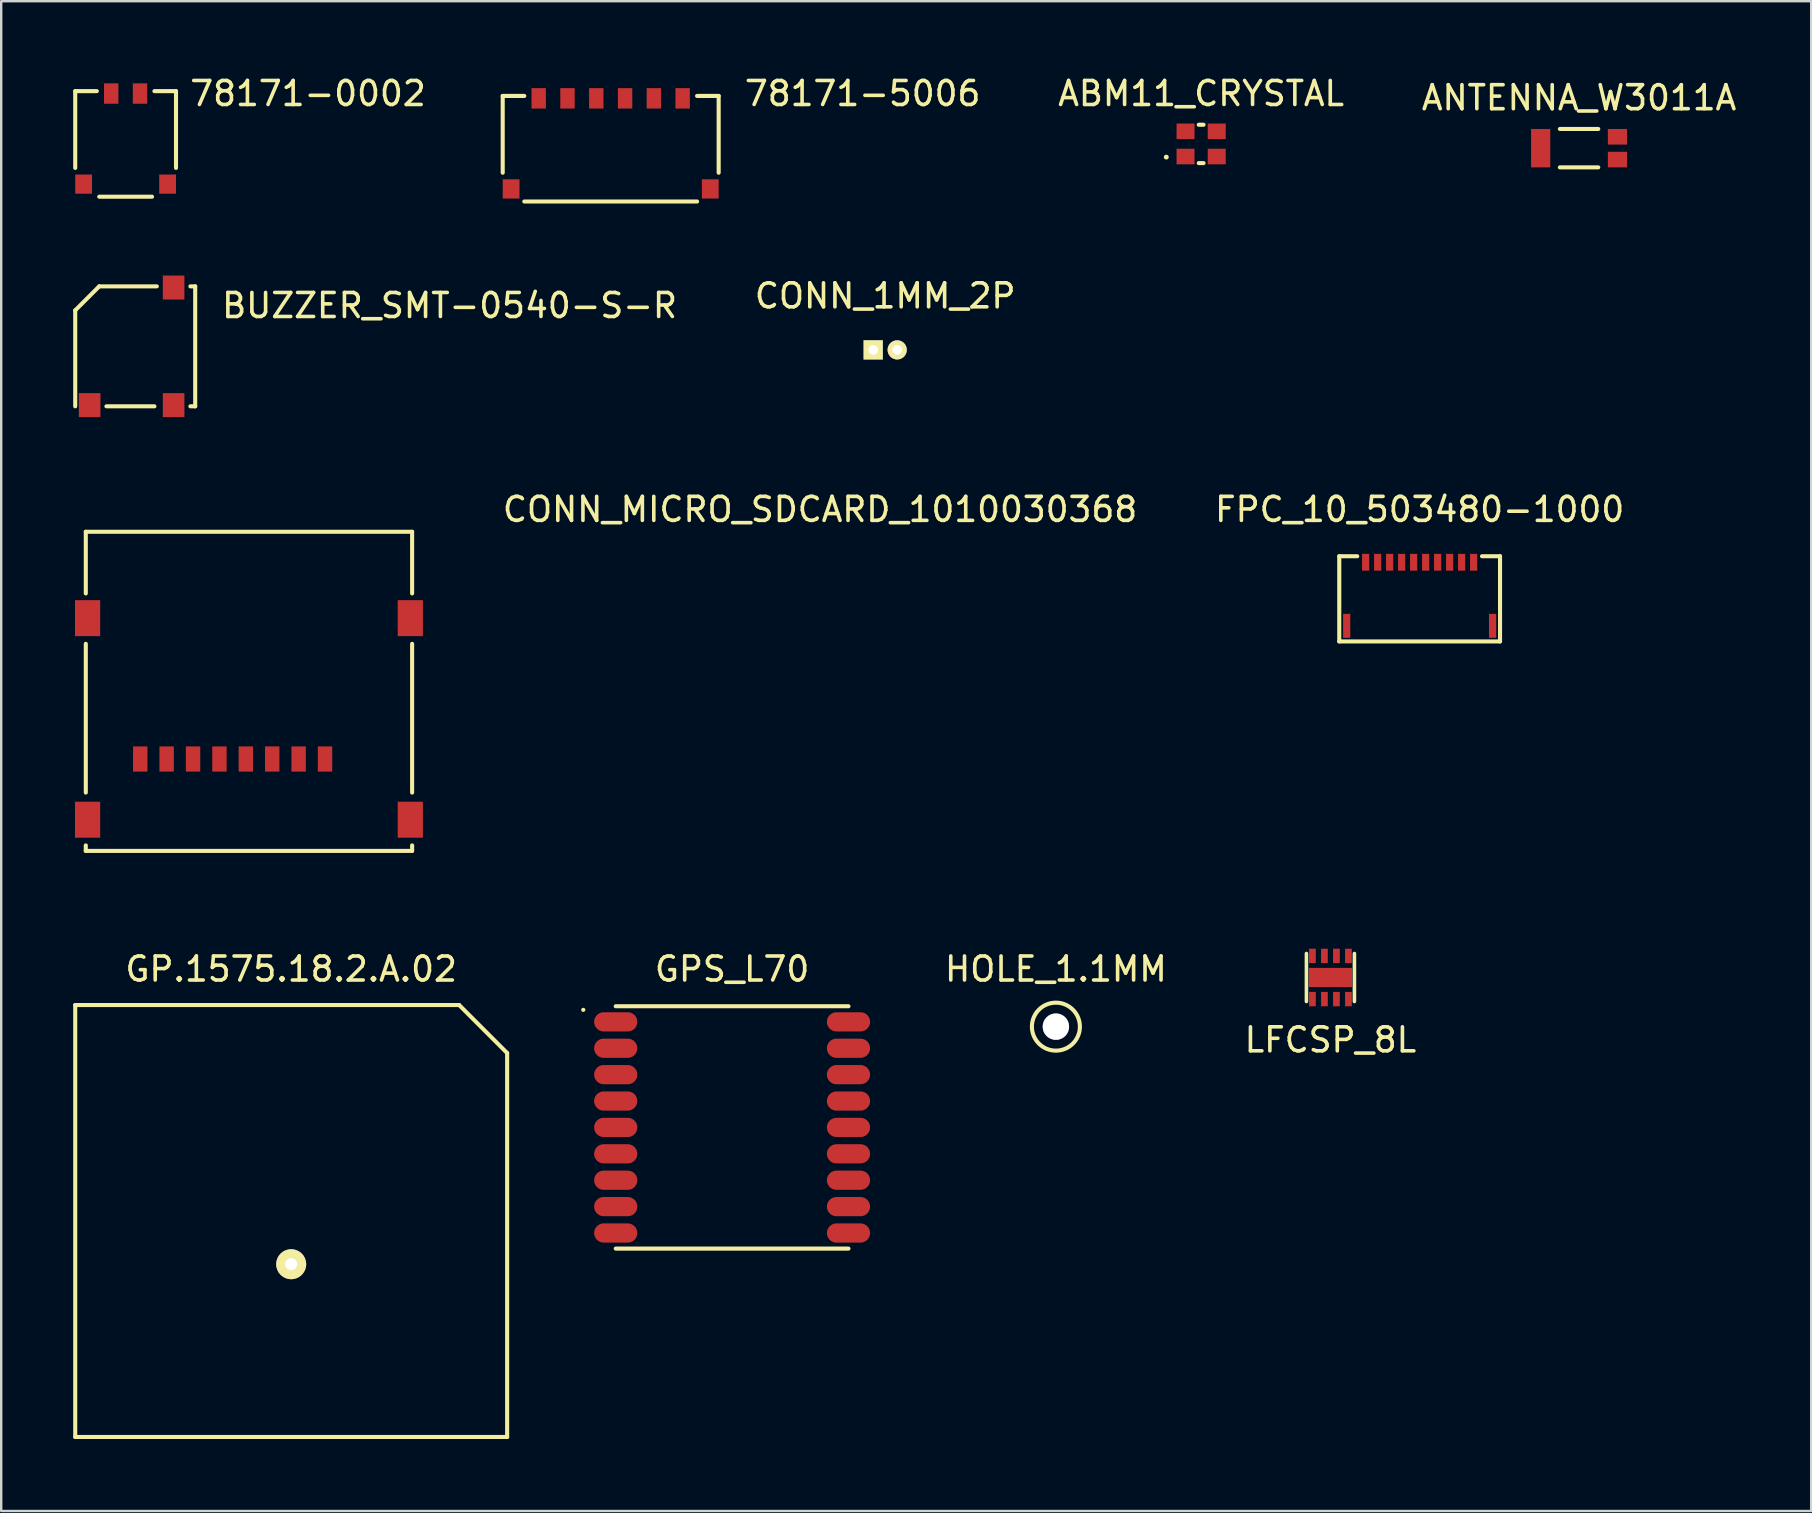
<source format=kicad_pcb>
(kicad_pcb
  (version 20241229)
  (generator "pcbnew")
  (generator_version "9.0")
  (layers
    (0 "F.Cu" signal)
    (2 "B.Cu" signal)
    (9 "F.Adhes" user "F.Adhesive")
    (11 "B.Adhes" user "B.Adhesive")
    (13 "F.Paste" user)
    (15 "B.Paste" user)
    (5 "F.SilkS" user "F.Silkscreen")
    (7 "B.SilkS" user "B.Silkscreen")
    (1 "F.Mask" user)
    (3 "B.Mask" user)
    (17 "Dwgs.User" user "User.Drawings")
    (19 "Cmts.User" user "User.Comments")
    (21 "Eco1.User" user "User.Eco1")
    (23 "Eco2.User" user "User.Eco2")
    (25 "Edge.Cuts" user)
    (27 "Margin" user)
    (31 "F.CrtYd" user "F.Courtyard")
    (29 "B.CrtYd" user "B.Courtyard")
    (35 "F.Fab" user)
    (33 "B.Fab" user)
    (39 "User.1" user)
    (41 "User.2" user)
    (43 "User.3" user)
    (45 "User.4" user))
  (footprint "FPC_10_503480-1000"
    (layer "F.Cu")
    (at 56.113 20.381)
    (property "Reference" "FPC_10_503480-1000" (at 0 -2.2 0) (layer "F.SilkS") (effects (font (size 1 1) (thickness 0.15))))
    (attr through_hole)
    (fp_line (start -3.35 -0.25) (end -3.35 3.3) (stroke (width 0.17) (type solid)) (layer "F.SilkS"))
    (fp_line (start -3.35 -0.25) (end -2.6 -0.25) (stroke (width 0.17) (type solid)) (layer "F.SilkS"))
    (fp_line (start -3.35 3.3) (end 3.35 3.3) (stroke (width 0.17) (type solid)) (layer "F.SilkS"))
    (fp_line (start 2.6 -0.25) (end 3.35 -0.25) (stroke (width 0.17) (type solid)) (layer "F.SilkS"))
    (fp_line (start 3.35 -0.25) (end 3.35 3.3) (stroke (width 0.17) (type solid)) (layer "F.SilkS"))
    (pad "" smd rect (at -3.04 2.65) (size 0.3 1) (layers "F.Cu" "F.Mask" "F.Paste"))
    (pad "" smd rect (at 3.04 2.65) (size 0.3 1) (layers "F.Cu" "F.Mask" "F.Paste"))
    (pad "1" smd rect (at -2.25 0) (size 0.3 0.7) (layers "F.Cu" "F.Mask" "F.Paste"))
    (pad "2" smd rect (at -1.75 0) (size 0.3 0.7) (layers "F.Cu" "F.Mask" "F.Paste"))
    (pad "3" smd rect (at -1.25 0) (size 0.3 0.7) (layers "F.Cu" "F.Mask" "F.Paste"))
    (pad "4" smd rect (at -0.75 0) (size 0.3 0.7) (layers "F.Cu" "F.Mask" "F.Paste"))
    (pad "5" smd rect (at -0.25 0) (size 0.3 0.7) (layers "F.Cu" "F.Mask" "F.Paste"))
    (pad "6" smd rect (at 0.25 0) (size 0.3 0.7) (layers "F.Cu" "F.Mask" "F.Paste"))
    (pad "7" smd rect (at 0.75 0) (size 0.3 0.7) (layers "F.Cu" "F.Mask" "F.Paste"))
    (pad "8" smd rect (at 1.25 0) (size 0.3 0.7) (layers "F.Cu" "F.Mask" "F.Paste"))
    (pad "9" smd rect (at 1.75 0) (size 0.3 0.7) (layers "F.Cu" "F.Mask" "F.Paste"))
    (pad "10" smd rect (at 2.25 0) (size 0.3 0.7) (layers "F.Cu" "F.Mask" "F.Paste")))
  (footprint "GPS_L70"
    (layer "F.Cu")
    (at 27.46 43.935)
    (property "Reference" "GPS_L70" (at 0 -6.6 0) (layer "F.SilkS") (effects (font (size 1 1) (thickness 0.15))))
    (attr through_hole)
    (fp_line (start -6.205 -4.9) (end -6.2 -4.9) (stroke (width 0.17) (type solid)) (layer "F.SilkS"))
    (fp_line (start -4.85 -5.05) (end 4.85 -5.05) (stroke (width 0.17) (type solid)) (layer "F.SilkS"))
    (fp_line (start -4.85 5.05) (end 4.85 5.05) (stroke (width 0.17) (type solid)) (layer "F.SilkS"))
    (pad "1" smd oval (at -4.85 -4.4) (size 1.8 0.8) (layers "F.Cu" "F.Mask" "F.Paste"))
    (pad "2" smd oval (at -4.85 -3.3) (size 1.8 0.8) (layers "F.Cu" "F.Mask" "F.Paste"))
    (pad "3" smd oval (at -4.85 -2.2) (size 1.8 0.8) (layers "F.Cu" "F.Mask" "F.Paste"))
    (pad "4" smd oval (at -4.85 -1.1) (size 1.8 0.8) (layers "F.Cu" "F.Mask" "F.Paste"))
    (pad "5" smd oval (at -4.85 0) (size 1.8 0.8) (layers "F.Cu" "F.Mask" "F.Paste"))
    (pad "6" smd oval (at -4.85 1.1) (size 1.8 0.8) (layers "F.Cu" "F.Mask" "F.Paste"))
    (pad "7" smd oval (at -4.85 2.2) (size 1.8 0.8) (layers "F.Cu" "F.Mask" "F.Paste"))
    (pad "8" smd oval (at -4.85 3.3) (size 1.8 0.8) (layers "F.Cu" "F.Mask" "F.Paste"))
    (pad "9" smd oval (at -4.85 4.4) (size 1.8 0.8) (layers "F.Cu" "F.Mask" "F.Paste"))
    (pad "10" smd oval (at 4.85 4.4) (size 1.8 0.8) (layers "F.Cu" "F.Mask" "F.Paste"))
    (pad "11" smd oval (at 4.85 3.3) (size 1.8 0.8) (layers "F.Cu" "F.Mask" "F.Paste"))
    (pad "12" smd oval (at 4.85 2.2) (size 1.8 0.8) (layers "F.Cu" "F.Mask" "F.Paste"))
    (pad "13" smd oval (at 4.85 1.1) (size 1.8 0.8) (layers "F.Cu" "F.Mask" "F.Paste"))
    (pad "14" smd oval (at 4.85 0) (size 1.8 0.8) (layers "F.Cu" "F.Mask" "F.Paste"))
    (pad "15" smd oval (at 4.85 -1.1) (size 1.8 0.8) (layers "F.Cu" "F.Mask" "F.Paste"))
    (pad "16" smd oval (at 4.85 -2.2) (size 1.8 0.8) (layers "F.Cu" "F.Mask" "F.Paste"))
    (pad "17" smd oval (at 4.85 -3.3) (size 1.8 0.8) (layers "F.Cu" "F.Mask" "F.Paste"))
    (pad "18" smd oval (at 4.85 -4.4) (size 1.8 0.8) (layers "F.Cu" "F.Mask" "F.Paste")))
  (footprint "78171-0002"
    (layer "F.Cu")
    (at 2.185 0.848)
    (property "Reference" "78171-0002" (at 7.6 0 0) (layer "F.SilkS") (effects (font (size 1 1) (thickness 0.15))))
    (attr through_hole)
    (fp_line (start -2.1 -0.1) (end -2.1 3.1) (stroke (width 0.17) (type solid)) (layer "F.SilkS"))
    (fp_line (start -2.1 -0.1) (end -1.2 -0.1) (stroke (width 0.17) (type solid)) (layer "F.SilkS"))
    (fp_line (start -1.1 4.3) (end 1.1 4.3) (stroke (width 0.17) (type solid)) (layer "F.SilkS"))
    (fp_line (start 2.1 -0.1) (end 1.2 -0.1) (stroke (width 0.17) (type solid)) (layer "F.SilkS"))
    (fp_line (start 2.1 -0.1) (end 2.1 3.1) (stroke (width 0.17) (type solid)) (layer "F.SilkS"))
    (pad "" smd rect (at -1.75 3.775) (size 0.7 0.8) (layers "F.Cu" "F.Mask" "F.Paste"))
    (pad "" smd rect (at 1.75 3.775) (size 0.7 0.8) (layers "F.Cu" "F.Mask" "F.Paste"))
    (pad "1" smd rect (at -0.6 0) (size 0.6 0.85) (layers "F.Cu" "F.Mask" "F.Paste"))
    (pad "2" smd rect (at 0.6 0) (size 0.6 0.85) (layers "F.Cu" "F.Mask" "F.Paste")))
  (footprint "ABM11_CRYSTAL"
    (layer "F.Cu")
    (at 47.007 2.948)
    (property "Reference" "ABM11_CRYSTAL" (at 0 -2.1 0) (layer "F.SilkS") (effects (font (size 1 1) (thickness 0.15))))
    (attr through_hole)
    (fp_line (start -1.455 0.55) (end -1.45 0.55) (stroke (width 0.2) (type solid)) (layer "F.SilkS"))
    (fp_line (start -0.1 -0.8) (end 0.1 -0.8) (stroke (width 0.17) (type solid)) (layer "F.SilkS"))
    (fp_line (start -0.1 0.8) (end 0.1 0.8) (stroke (width 0.17) (type solid)) (layer "F.SilkS"))
    (pad "1" smd rect (at -0.65 0.525) (size 0.75 0.65) (layers "F.Cu" "F.Mask" "F.Paste"))
    (pad "2" smd rect (at 0.65 -0.525) (size 0.75 0.65) (layers "F.Cu" "F.Mask" "F.Paste"))
    (pad "3" smd rect (at -0.65 -0.525) (size 0.75 0.65) (layers "F.Cu" "F.Mask" "F.Paste"))
    (pad "3" smd rect (at 0.65 0.525) (size 0.75 0.65) (layers "F.Cu" "F.Mask" "F.Paste")))
  (footprint "GP.1575.18.2.A.02"
    (layer "F.Cu")
    (at 9.085 47.835)
    (property "Reference" "GP.1575.18.2.A.02" (at 0 -10.5 0) (layer "F.SilkS") (effects (font (size 1 1) (thickness 0.15))))
    (attr through_hole)
    (fp_line (start -9 -9) (end -9 9) (stroke (width 0.17) (type solid)) (layer "F.SilkS"))
    (fp_line (start -9 -9) (end 7 -9) (stroke (width 0.17) (type solid)) (layer "F.SilkS"))
    (fp_line (start -9 9) (end 9 9) (stroke (width 0.17) (type solid)) (layer "F.SilkS"))
    (fp_line (start 7 -9) (end 9 -7) (stroke (width 0.17) (type solid)) (layer "F.SilkS"))
    (fp_line (start 9 9) (end 9 -7) (stroke (width 0.17) (type solid)) (layer "F.SilkS"))
    (fp_circle (center 0 1.8) (end 0 0.3) (stroke (width 0.17) (type solid)) (fill no) (layer "Eco1.User"))
    (pad "1" thru_hole circle (at 0 1.8) (size 1.25 1.25) (drill 0.5) (layers "*.Mask" "B.Cu" "F.SilkS")))
  (footprint "78171-5006"
    (layer "F.Cu")
    (at 22.4 1.048)
    (property "Reference" "78171-5006" (at 10.5 -0.2 0) (layer "F.SilkS") (effects (font (size 1 1) (thickness 0.15))))
    (attr through_hole)
    (fp_line (start -4.5 -0.1) (end -4.5 3.1) (stroke (width 0.17) (type solid)) (layer "F.SilkS"))
    (fp_line (start -4.5 -0.1) (end -3.6 -0.1) (stroke (width 0.17) (type solid)) (layer "F.SilkS"))
    (fp_line (start -3.6 4.3) (end 3.6 4.3) (stroke (width 0.17) (type solid)) (layer "F.SilkS"))
    (fp_line (start 4.5 -0.1) (end 3.6 -0.1) (stroke (width 0.17) (type solid)) (layer "F.SilkS"))
    (fp_line (start 4.5 -0.1) (end 4.5 3.1) (stroke (width 0.17) (type solid)) (layer "F.SilkS"))
    (pad "" smd rect (at -4.15 3.775) (size 0.7 0.8) (layers "F.Cu" "F.Mask" "F.Paste"))
    (pad "" smd rect (at 4.15 3.775) (size 0.7 0.8) (layers "F.Cu" "F.Mask" "F.Paste"))
    (pad "1" smd rect (at -3 0) (size 0.6 0.85) (layers "F.Cu" "F.Mask" "F.Paste"))
    (pad "2" smd rect (at -1.8 0) (size 0.6 0.85) (layers "F.Cu" "F.Mask" "F.Paste"))
    (pad "3" smd rect (at -0.6 0) (size 0.6 0.85) (layers "F.Cu" "F.Mask" "F.Paste"))
    (pad "4" smd rect (at 0.6 0) (size 0.6 0.85) (layers "F.Cu" "F.Mask" "F.Paste"))
    (pad "5" smd rect (at 1.8 0) (size 0.6 0.85) (layers "F.Cu" "F.Mask" "F.Paste"))
    (pad "6" smd rect (at 3 0) (size 0.6 0.85) (layers "F.Cu" "F.Mask" "F.Paste")))
  (footprint "ANTENNA_W3011A"
    (layer "F.Cu")
    (at 62.757 3.125)
    (property "Reference" "ANTENNA_W3011A" (at 0 -2.1 0) (layer "F.SilkS") (effects (font (size 1 1) (thickness 0.15))))
    (attr through_hole)
    (fp_line (start -0.8 -0.8) (end 0.8 -0.8) (stroke (width 0.17) (type solid)) (layer "F.SilkS"))
    (fp_line (start -0.8 0.8) (end 0.8 0.8) (stroke (width 0.17) (type solid)) (layer "F.SilkS"))
    (fp_line (start -2 -3.05) (end 2 -3.05) (stroke (width 0.15) (type solid)) (layer "Eco1.User"))
    (fp_line (start -2 1.2) (end -2 -3.05) (stroke (width 0.15) (type solid)) (layer "Eco1.User"))
    (fp_line (start 2 -3.05) (end 2 1.2) (stroke (width 0.15) (type solid)) (layer "Eco1.User"))
    (fp_line (start -3 1.2) (end 3 1.2) (stroke (width 0.15) (type solid)) (layer "Eco2.User"))
    (pad "1" smd rect (at 1.6 -0.475) (size 0.8 0.65) (layers "F.Cu" "F.Mask" "F.Paste"))
    (pad "2" smd rect (at 1.6 0.475) (size 0.8 0.65) (layers "F.Cu" "F.Mask" "F.Paste"))
    (pad "3" smd rect (at -1.6 0) (size 0.8 1.6) (layers "F.Cu" "F.Mask" "F.Paste")))
  (footprint "CONN_1MM_2P"
    (layer "F.Cu")
    (at 33.84 11.531)
    (property "Reference" "CONN_1MM_2P" (at 0 -2.25 0) (layer "F.SilkS") (effects (font (size 1 1) (thickness 0.15))))
    (attr through_hole)
    (pad "1" thru_hole rect (at -0.5 0) (size 0.8 0.8) (drill 0.4) (layers "*.Cu" "*.Mask" "F.SilkS"))
    (pad "2" thru_hole circle (at 0.5 0) (size 0.8 0.8) (drill 0.4) (layers "*.Cu" "*.Mask" "F.SilkS")))
  (footprint "HOLE_1.1MM"
    (layer "F.Cu")
    (at 40.954 39.735)
    (property "Reference" "HOLE_1.1MM" (at 0 -2.4 0) (layer "F.SilkS") (effects (font (size 1 1) (thickness 0.15))))
    (attr through_hole)
    (fp_circle (center 0 0) (end 0 1) (stroke (width 0.17) (type solid)) (fill no) (layer "F.SilkS"))
    (pad "1" thru_hole circle (at 0 0) (size 1.1 1.1) (drill 1.1) (layers "*.Cu")))
  (footprint "CONN_MICRO_SDCARD_1010030368"
    (layer "F.Cu")
    (at 7.325 28.581)
    (property "Reference" "CONN_MICRO_SDCARD_1010030368" (at 23.8 -10.4 0) (layer "F.SilkS") (effects (font (size 1 1) (thickness 0.15))))
    (attr through_hole)
    (fp_line (start -6.8 -9.47) (end 6.8 -9.47) (stroke (width 0.17) (type solid)) (layer "F.SilkS"))
    (fp_line (start -6.8 -6.9) (end -6.8 -9.47) (stroke (width 0.17) (type solid)) (layer "F.SilkS"))
    (fp_line (start -6.8 -4.8) (end -6.8 1.4) (stroke (width 0.17) (type solid)) (layer "F.SilkS"))
    (fp_line (start -6.8 3.6) (end -6.8 3.83) (stroke (width 0.17) (type solid)) (layer "F.SilkS"))
    (fp_line (start -6.8 3.83) (end 6.8 3.83) (stroke (width 0.17) (type solid)) (layer "F.SilkS"))
    (fp_line (start 6.8 -9.47) (end 6.8 -6.9) (stroke (width 0.17) (type solid)) (layer "F.SilkS"))
    (fp_line (start 6.8 -4.8) (end 6.8 1.4) (stroke (width 0.17) (type solid)) (layer "F.SilkS"))
    (fp_line (start 6.8 3.6) (end 6.8 3.83) (stroke (width 0.17) (type solid)) (layer "F.SilkS"))
    (fp_line (start -7.25 -2.87) (end -7.25 -0.87) (stroke (width 0.15) (type solid)) (layer "Eco1.User"))
    (fp_line (start -7.25 -2.87) (end -5.72 -2.87) (stroke (width 0.15) (type solid)) (layer "Eco1.User"))
    (fp_line (start -7.25 -0.87) (end -5.72 -0.87) (stroke (width 0.15) (type solid)) (layer "Eco1.User"))
    (fp_line (start -6.51 -7.77) (end -6.51 -6.77) (stroke (width 0.15) (type solid)) (layer "Eco1.User"))
    (fp_line (start -6.51 -7.77) (end -5.69 -7.77) (stroke (width 0.15) (type solid)) (layer "Eco1.User"))
    (fp_line (start -6.51 -6.77) (end -5.69 -6.77) (stroke (width 0.15) (type solid)) (layer "Eco1.User"))
    (fp_line (start -5.72 -2.87) (end -5.72 -0.87) (stroke (width 0.15) (type solid)) (layer "Eco1.User"))
    (fp_line (start -5.69 -7.77) (end -5.69 -6.77) (stroke (width 0.15) (type solid)) (layer "Eco1.User"))
    (fp_line (start -5.26 -7.77) (end -5.26 -2.8) (stroke (width 0.15) (type solid)) (layer "Eco1.User"))
    (fp_line (start -5.26 -7.77) (end 3.9 -7.77) (stroke (width 0.15) (type solid)) (layer "Eco1.User"))
    (fp_line (start -5.26 -2.8) (end 3.9 -2.8) (stroke (width 0.15) (type solid)) (layer "Eco1.User"))
    (fp_line (start 3.9 -7.77) (end 3.9 -2.8) (stroke (width 0.15) (type solid)) (layer "Eco1.User"))
    (fp_line (start 5.69 -7.77) (end 5.69 -6.77) (stroke (width 0.15) (type solid)) (layer "Eco1.User"))
    (fp_line (start 5.72 -2.87) (end 5.72 -0.87) (stroke (width 0.15) (type solid)) (layer "Eco1.User"))
    (fp_line (start 6.51 -7.77) (end 5.69 -7.77) (stroke (width 0.15) (type solid)) (layer "Eco1.User"))
    (fp_line (start 6.51 -7.77) (end 6.51 -6.77) (stroke (width 0.15) (type solid)) (layer "Eco1.User"))
    (fp_line (start 6.51 -6.77) (end 5.69 -6.77) (stroke (width 0.15) (type solid)) (layer "Eco1.User"))
    (fp_line (start 7.25 -2.87) (end 5.72 -2.87) (stroke (width 0.15) (type solid)) (layer "Eco1.User"))
    (fp_line (start 7.25 -2.87) (end 7.25 -0.87) (stroke (width 0.15) (type solid)) (layer "Eco1.User"))
    (fp_line (start 7.25 -0.87) (end 5.72 -0.87) (stroke (width 0.15) (type solid)) (layer "Eco1.User"))
    (fp_line (start -6.8 4) (end -6.8 4.83) (stroke (width 0.15) (type solid)) (layer "Eco2.User"))
    (fp_line (start -6.8 4.83) (end 6.8 4.83) (stroke (width 0.15) (type solid)) (layer "Eco2.User"))
    (fp_line (start 6.8 4) (end 6.8 4.83) (stroke (width 0.15) (type solid)) (layer "Eco2.User"))
    (pad "" smd rect (at -6.725 -5.87) (size 1.05 1.5) (layers "F.Cu" "F.Mask" "F.Paste"))
    (pad "" smd rect (at -6.725 2.53) (size 1.05 1.5) (layers "F.Cu" "F.Mask" "F.Paste"))
    (pad "" smd rect (at 6.725 -5.87) (size 1.05 1.5) (layers "F.Cu" "F.Mask" "F.Paste"))
    (pad "" smd rect (at 6.725 2.53) (size 1.05 1.5) (layers "F.Cu" "F.Mask" "F.Paste"))
    (pad "1" smd rect (at 3.17 0) (size 0.6 1.05) (layers "F.Cu" "F.Mask" "F.Paste"))
    (pad "2" smd rect (at 2.07 0) (size 0.6 1.05) (layers "F.Cu" "F.Mask" "F.Paste"))
    (pad "3" smd rect (at 0.97 0) (size 0.6 1.05) (layers "F.Cu" "F.Mask" "F.Paste"))
    (pad "4" smd rect (at -0.13 0) (size 0.6 1.05) (layers "F.Cu" "F.Mask" "F.Paste"))
    (pad "5" smd rect (at -1.23 0) (size 0.6 1.05) (layers "F.Cu" "F.Mask" "F.Paste"))
    (pad "6" smd rect (at -2.33 0) (size 0.6 1.05) (layers "F.Cu" "F.Mask" "F.Paste"))
    (pad "7" smd rect (at -3.43 0) (size 0.6 1.05) (layers "F.Cu" "F.Mask" "F.Paste"))
    (pad "8" smd rect (at -4.53 0) (size 0.6 1.05) (layers "F.Cu" "F.Mask" "F.Paste")))
  (footprint "LFCSP_8L"
    (layer "F.Cu")
    (at 52.395 37.687)
    (property "Reference" "LFCSP_8L" (at 0 2.6 0) (layer "F.SilkS") (effects (font (size 1 1) (thickness 0.15))))
    (attr through_hole)
    (fp_line (start -1 -1) (end -1 1) (stroke (width 0.15) (type solid)) (layer "F.SilkS"))
    (fp_line (start 1 -1) (end 1 1) (stroke (width 0.15) (type solid)) (layer "F.SilkS"))
    (pad "0" smd rect (at 0 0) (size 1.8 0.8) (layers "F.Cu" "F.Mask" "F.Paste"))
    (pad "1" smd rect (at -0.75 0.9) (size 0.28 0.6) (layers "F.Cu" "F.Mask" "F.Paste"))
    (pad "2" smd rect (at -0.25 0.9) (size 0.28 0.6) (layers "F.Cu" "F.Mask" "F.Paste"))
    (pad "3" smd rect (at 0.25 0.9) (size 0.28 0.6) (layers "F.Cu" "F.Mask" "F.Paste"))
    (pad "4" smd rect (at 0.75 0.9) (size 0.28 0.6) (layers "F.Cu" "F.Mask" "F.Paste"))
    (pad "5" smd rect (at 0.75 -0.9) (size 0.28 0.6) (layers "F.Cu" "F.Mask" "F.Paste"))
    (pad "6" smd rect (at 0.25 -0.9) (size 0.28 0.6) (layers "F.Cu" "F.Mask" "F.Paste"))
    (pad "7" smd rect (at -0.25 -0.9) (size 0.28 0.6) (layers "F.Cu" "F.Mask" "F.Paste"))
    (pad "8" smd rect (at -0.75 -0.9) (size 0.28 0.6) (layers "F.Cu" "F.Mask" "F.Paste")))
  (footprint "BUZZER_SMT-0540-S-R"
    (layer "F.Cu")
    (at 2.585 11.383)
    (property "Reference" "BUZZER_SMT-0540-S-R" (at 13.1 -1.7 0) (layer "F.SilkS") (effects (font (size 1 1) (thickness 0.15))))
    (attr through_hole)
    (fp_line (start -2.5 -1.5) (end -1.5 -2.5) (stroke (width 0.17) (type solid)) (layer "F.SilkS"))
    (fp_line (start -2.5 2.5) (end -2.5 -1.5) (stroke (width 0.17) (type solid)) (layer "F.SilkS"))
    (fp_line (start -1.5 -2.5) (end 0.9 -2.5) (stroke (width 0.17) (type solid)) (layer "F.SilkS"))
    (fp_line (start -1.2 2.5) (end 0.8 2.5) (stroke (width 0.17) (type solid)) (layer "F.SilkS"))
    (fp_line (start 2.5 -2.5) (end 2.3 -2.5) (stroke (width 0.17) (type solid)) (layer "F.SilkS"))
    (fp_line (start 2.5 -2.5) (end 2.5 2.5) (stroke (width 0.17) (type solid)) (layer "F.SilkS"))
    (fp_line (start 2.5 2.5) (end 2.3 2.5) (stroke (width 0.17) (type solid)) (layer "F.SilkS"))
    (pad "" smd rect (at -1.9 2.45) (size 0.9 1) (layers "F.Cu" "F.Mask" "F.Paste"))
    (pad "1" smd rect (at 1.6 -2.45) (size 0.9 1) (layers "F.Cu" "F.Mask" "F.Paste"))
    (pad "2" smd rect (at 1.6 2.45) (size 0.9 1) (layers "F.Cu" "F.Mask" "F.Paste")))
  (gr_rect
    (start -3 -3)
    (end 72.43 59.92)
    (stroke (width 0.1) (type default))
    (fill no)
    (layer "Edge.Cuts")))
</source>
